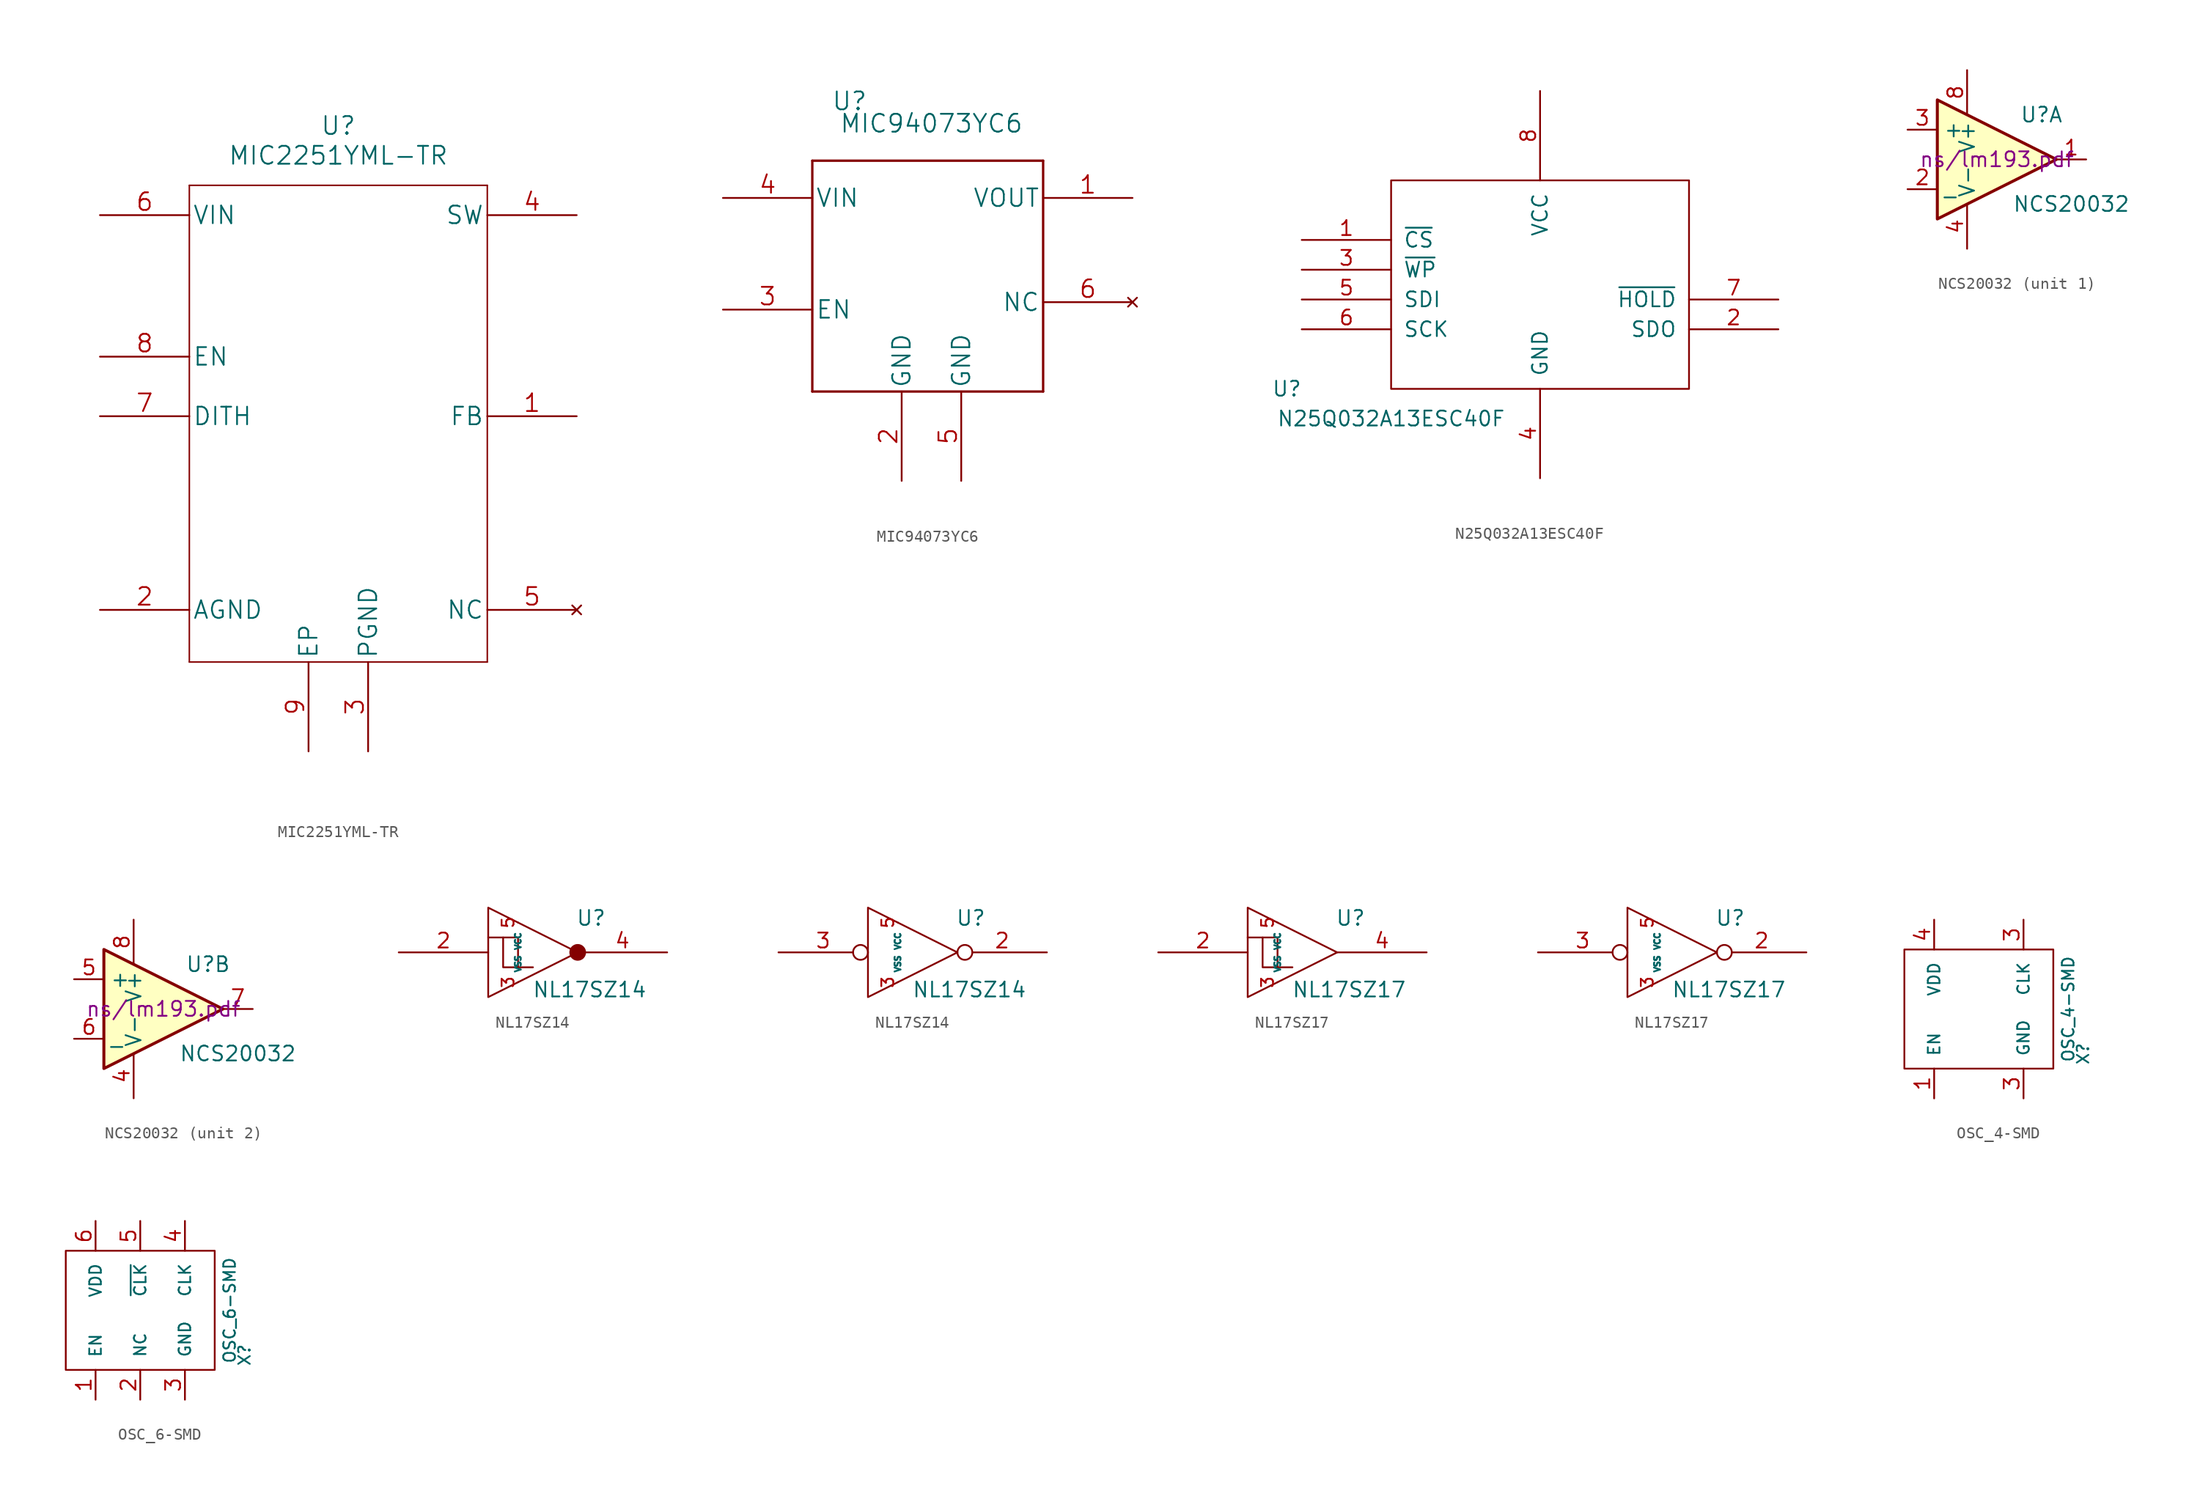
<source format=kicad_sym>
(kicad_symbol_lib
  (version 20211014)
  (generator kicad_symbol_editor)
  (symbol "MIC2251YML-TR"
    (pin_names
      (offset 0.254))
    (property "Reference" "U"
      (at 0 24.765 0)
      (effects (font (size 1.524 1.524))))
    (property "Value" "MIC2251YML-TR"
      (at 0 22.225 0)
      (effects (font (size 1.524 1.524))))
    (property "Datasheet" ""
      (at -20.32 14.605 0)
      (effects (font (size 1.524 1.524))))
    (property "ki_locked" ""
      (at 0 0 0)
      (effects (font (size 1.27 1.27))))
    (symbol "MIC2251YML-TR_1_1"
      (polyline (pts (xy -12.7 -20.955) (xy 12.7 -20.955)) (stroke (width 0.127) (type default) (color 0 0 0 0)) (fill (type none)))
      (polyline (pts (xy -12.7 19.685) (xy -12.7 -20.955)) (stroke (width 0.127) (type default) (color 0 0 0 0)) (fill (type none)))
      (polyline (pts (xy 12.7 -20.955) (xy 12.7 19.685)) (stroke (width 0.127) (type default) (color 0 0 0 0)) (fill (type none)))
      (polyline (pts (xy 12.7 19.685) (xy -12.7 19.685)) (stroke (width 0.127) (type default) (color 0 0 0 0)) (fill (type none)))
      (pin input line (at 20.32 0 180) (length 7.62) (name "FB" (effects (font (size 1.499 1.499)))) (number "1" (effects (font (size 1.499 1.499)))))
      (pin power_in line (at -20.32 -16.51 0) (length 7.62) (name "AGND" (effects (font (size 1.499 1.499)))) (number "2" (effects (font (size 1.499 1.499)))))
      (pin power_in line (at 2.54 -28.575 90) (length 7.62) (name "PGND" (effects (font (size 1.499 1.499)))) (number "3" (effects (font (size 1.499 1.499)))))
      (pin input line (at 20.32 17.145 180) (length 7.62) (name "SW" (effects (font (size 1.499 1.499)))) (number "4" (effects (font (size 1.499 1.499)))))
      (pin no_connect line (at 20.32 -16.51 180) (length 7.62) (name "NC" (effects (font (size 1.499 1.499)))) (number "5" (effects (font (size 1.499 1.499)))))
      (pin input line (at -20.32 17.145 0) (length 7.62) (name "VIN" (effects (font (size 1.499 1.499)))) (number "6" (effects (font (size 1.499 1.499)))))
      (pin input line (at -20.32 0 0) (length 7.62) (name "DITH" (effects (font (size 1.499 1.499)))) (number "7" (effects (font (size 1.499 1.499)))))
      (pin input line (at -20.32 5.08 0) (length 7.62) (name "EN" (effects (font (size 1.499 1.499)))) (number "8" (effects (font (size 1.499 1.499)))))
      (pin power_in line (at -2.54 -28.575 90) (length 7.62) (name "EP" (effects (font (size 1.499 1.499)))) (number "9" (effects (font (size 1.499 1.499)))))))
  (symbol "MIC94073YC6"
    (pin_names
      (offset 0.254))
    (property "Reference" "U"
      (at -6.35 14.605 0)
      (effects (font (size 1.524 1.524))))
    (property "Value" "MIC94073YC6"
      (at 0.635 12.7 0)
      (effects (font (size 1.524 1.524))))
    (property "Datasheet" ""
      (at -17.145 4.445 0)
      (effects (font (size 1.524 1.524))))
    (property "ki_locked" ""
      (at 0 0 0)
      (effects (font (size 1.27 1.27))))
    (symbol "MIC94073YC6_1_1"
      (polyline (pts (xy -9.525 -10.16) (xy 10.16 -10.16)) (stroke (width 0.203) (type default) (color 0 0 0 0)) (fill (type none)))
      (polyline (pts (xy -9.525 9.525) (xy -9.525 -10.16)) (stroke (width 0.203) (type default) (color 0 0 0 0)) (fill (type none)))
      (polyline (pts (xy 10.16 -10.16) (xy 10.16 9.525)) (stroke (width 0.203) (type default) (color 0 0 0 0)) (fill (type none)))
      (polyline (pts (xy 10.16 9.525) (xy -9.525 9.525)) (stroke (width 0.203) (type default) (color 0 0 0 0)) (fill (type none)))
      (pin output line (at 17.78 6.35 180) (length 7.62) (name "VOUT" (effects (font (size 1.499 1.499)))) (number "1" (effects (font (size 1.499 1.499)))))
      (pin power_in line (at -1.905 -17.78 90) (length 7.62) (name "GND" (effects (font (size 1.499 1.499)))) (number "2" (effects (font (size 1.499 1.499)))))
      (pin input line (at -17.145 -3.175 0) (length 7.62) (name "EN" (effects (font (size 1.499 1.499)))) (number "3" (effects (font (size 1.499 1.499)))))
      (pin input line (at -17.145 6.35 0) (length 7.62) (name "VIN" (effects (font (size 1.499 1.499)))) (number "4" (effects (font (size 1.499 1.499)))))
      (pin power_in line (at 3.175 -17.78 90) (length 7.62) (name "GND" (effects (font (size 1.499 1.499)))) (number "5" (effects (font (size 1.499 1.499)))))
      (pin no_connect line (at 17.78 -2.54 180) (length 7.62) (name "NC" (effects (font (size 1.499 1.499)))) (number "6" (effects (font (size 1.499 1.499)))))))
  (symbol "N25Q032A13ESC40F"
    (pin_names
      (offset 1.016))
    (property "Reference" "U"
      (at -21.59 -8.89 0)
      (effects (font (size 1.27 1.27))))
    (property "Value" "N25Q032A13ESC40F"
      (at -12.7 -11.43 0)
      (effects (font (size 1.27 1.27))))
    (symbol "N25Q032A13ESC40F_1_0"
      (rectangle (start -12.7 -8.89) (end 12.7 8.89) (stroke (width 0) (type default) (color 0 0 0 0)) (fill (type none))))
    (symbol "N25Q032A13ESC40F_1_1"
      (pin input line (at -20.32 3.81 0) (length 7.62) (name "~{CS}" (effects (font (size 1.27 1.27)))) (number "1" (effects (font (size 1.27 1.27)))))
      (pin input line (at 20.32 -3.81 180) (length 7.62) (name "SDO" (effects (font (size 1.27 1.27)))) (number "2" (effects (font (size 1.27 1.27)))))
      (pin input line (at -20.32 1.27 0) (length 7.62) (name "~{WP}" (effects (font (size 1.27 1.27)))) (number "3" (effects (font (size 1.27 1.27)))))
      (pin input line (at 0 -16.51 90) (length 7.62) (name "GND" (effects (font (size 1.27 1.27)))) (number "4" (effects (font (size 1.27 1.27)))))
      (pin input line (at -20.32 -1.27 0) (length 7.62) (name "SDI" (effects (font (size 1.27 1.27)))) (number "5" (effects (font (size 1.27 1.27)))))
      (pin input line (at -20.32 -3.81 0) (length 7.62) (name "SCK" (effects (font (size 1.27 1.27)))) (number "6" (effects (font (size 1.27 1.27)))))
      (pin input line (at 20.32 -1.27 180) (length 7.62) (name "~{HOLD}" (effects (font (size 1.27 1.27)))) (number "7" (effects (font (size 1.27 1.27)))))
      (pin input line (at 0 16.51 270) (length 7.62) (name "VCC" (effects (font (size 1.27 1.27)))) (number "8" (effects (font (size 1.27 1.27)))))))
  (symbol "NCS20032"
    (property "Reference" "U"
      (at 3.81 3.81 0)
      (effects (font (size 1.27 1.27))))
    (property "Value" "NCS20032"
      (at 6.35 -3.81 0)
      (effects (font (size 1.27 1.27))))
    (property "Footprint" ""
      (at 0 0 0)
      (effects (font (size 1.27 1.27))))
    (property "Datasheet" "ns/lm193.pdf"
      (at 0 0 0)
      (effects (font (size 1.27 1.27))))
    (symbol "NCS20032_0_1"
      (polyline (pts (xy -5.08 5.08) (xy 5.08 0) (xy -5.08 -5.08) (xy -5.08 5.08)) (stroke (width 0.254) (type default) (color 0 0 0 0)) (fill (type background))))
    (symbol "NCS20032_1_1"
      (pin open_collector line (at 7.62 0 180) (length 2.54) (name "~" (effects (font (size 1.27 1.27)))) (number "1" (effects (font (size 1.27 1.27)))))
      (pin input line (at -7.62 -2.54 0) (length 2.54) (name "_" (effects (font (size 1.27 1.27)))) (number "2" (effects (font (size 1.27 1.27)))))
      (pin input line (at -7.62 2.54 0) (length 2.54) (name "+" (effects (font (size 1.27 1.27)))) (number "3" (effects (font (size 1.27 1.27)))))
      (pin power_in line (at -2.54 -7.62 90) (length 3.81) (name "V-" (effects (font (size 1.27 1.27)))) (number "4" (effects (font (size 1.27 1.27)))))
      (pin power_in line (at -2.54 7.62 270) (length 3.81) (name "V+" (effects (font (size 1.27 1.27)))) (number "8" (effects (font (size 1.27 1.27))))))
    (symbol "NCS20032_2_1"
      (pin power_in line (at -2.54 -7.62 90) (length 3.81) (name "V-" (effects (font (size 1.27 1.27)))) (number "4" (effects (font (size 1.27 1.27)))))
      (pin input line (at -7.62 2.54 0) (length 2.54) (name "+" (effects (font (size 1.27 1.27)))) (number "5" (effects (font (size 1.27 1.27)))))
      (pin input line (at -7.62 -2.54 0) (length 2.54) (name "_" (effects (font (size 1.27 1.27)))) (number "6" (effects (font (size 1.27 1.27)))))
      (pin open_collector line (at 7.62 0 180) (length 2.54) (name "~" (effects (font (size 1.27 1.27)))) (number "7" (effects (font (size 1.27 1.27)))))
      (pin power_in line (at -2.54 7.62 270) (length 3.81) (name "V+" (effects (font (size 1.27 1.27)))) (number "8" (effects (font (size 1.27 1.27)))))))
  (symbol "NL17SZ14"
    (pin_names
      (offset 0.762))
    (property "Reference" "U"
      (at 4.953 2.921 0)
      (effects (font (size 1.27 1.27))))
    (property "Value" "NL17SZ14"
      (at 4.826 -3.175 0)
      (effects (font (size 1.27 1.27))))
    (symbol "NL17SZ14_0_0"
      (polyline (pts (xy -3.81 3.81) (xy -3.81 -3.81) (xy 3.81 0) (xy -3.81 3.81)) (stroke (width 0) (type default) (color 0 0 0 0)) (fill (type none)))
      (pin power_in line (at -1.27 -2.54 90) (length 0) (name "VSS" (effects (font (size 0.508 0.508)))) (number "3" (effects (font (size 1.016 1.016)))))
      (pin power_in line (at -1.27 2.54 270) (length 0) (name "VCC" (effects (font (size 0.508 0.508)))) (number "5" (effects (font (size 1.016 1.016))))))
    (symbol "NL17SZ14_0_1"
      (polyline (pts (xy -2.54 1.27) (xy -1.27 1.27) (xy -1.27 -1.27) (xy 0 -1.27)) (stroke (width 0) (type default) (color 0 0 0 0)) (fill (type none)))
      (polyline (pts (xy -1.27 -1.27) (xy -2.54 -1.27) (xy -2.54 1.27) (xy -3.81 1.27)) (stroke (width 0) (type default) (color 0 0 0 0)) (fill (type none)))
      (circle (center 3.81 0) (radius 0.635) (stroke (width 0) (type default) (color 0 0 0 0)) (fill (type outline))))
    (symbol "NL17SZ14_1_1"
      (pin input line (at -11.43 0 0) (length 7.62) (name "~" (effects (font (size 1.27 1.27)))) (number "2" (effects (font (size 1.27 1.27)))))
      (pin output line (at 11.43 0 180) (length 7.62) (name "~" (effects (font (size 1.27 1.27)))) (number "4" (effects (font (size 1.27 1.27))))))
    (symbol "NL17SZ14_1_2"
      (pin output inverted (at 11.43 0 180) (length 7.62) (name "~" (effects (font (size 1.27 1.27)))) (number "2" (effects (font (size 1.27 1.27)))))
      (pin input inverted (at -11.43 0 0) (length 7.62) (name "~" (effects (font (size 1.27 1.27)))) (number "3" (effects (font (size 1.27 1.27)))))))
  (symbol "NL17SZ17"
    (pin_names
      (offset 0.762))
    (property "Reference" "U"
      (at 4.953 2.921 0)
      (effects (font (size 1.27 1.27))))
    (property "Value" "NL17SZ17"
      (at 4.826 -3.175 0)
      (effects (font (size 1.27 1.27))))
    (symbol "NL17SZ17_0_0"
      (polyline (pts (xy -3.81 3.81) (xy -3.81 -3.81) (xy 3.81 0) (xy -3.81 3.81)) (stroke (width 0) (type default) (color 0 0 0 0)) (fill (type none)))
      (pin power_in line (at -1.27 -2.54 90) (length 0) (name "VSS" (effects (font (size 0.508 0.508)))) (number "3" (effects (font (size 1.016 1.016)))))
      (pin power_in line (at -1.27 2.54 270) (length 0) (name "VCC" (effects (font (size 0.508 0.508)))) (number "5" (effects (font (size 1.016 1.016))))))
    (symbol "NL17SZ17_0_1"
      (polyline (pts (xy -2.54 1.27) (xy -1.27 1.27) (xy -1.27 -1.27) (xy 0 -1.27)) (stroke (width 0) (type default) (color 0 0 0 0)) (fill (type none)))
      (polyline (pts (xy -1.27 -1.27) (xy -2.54 -1.27) (xy -2.54 1.27) (xy -3.81 1.27)) (stroke (width 0) (type default) (color 0 0 0 0)) (fill (type none))))
    (symbol "NL17SZ17_1_1"
      (pin input line (at -11.43 0 0) (length 7.62) (name "~" (effects (font (size 1.27 1.27)))) (number "2" (effects (font (size 1.27 1.27)))))
      (pin output line (at 11.43 0 180) (length 7.62) (name "~" (effects (font (size 1.27 1.27)))) (number "4" (effects (font (size 1.27 1.27))))))
    (symbol "NL17SZ17_1_2"
      (pin output inverted (at 11.43 0 180) (length 7.62) (name "~" (effects (font (size 1.27 1.27)))) (number "2" (effects (font (size 1.27 1.27)))))
      (pin input inverted (at -11.43 0 0) (length 7.62) (name "~" (effects (font (size 1.27 1.27)))) (number "3" (effects (font (size 1.27 1.27)))))))
  (symbol "OSC_4-SMD"
    (pin_names
      (offset 1.016))
    (property "Reference" "X"
      (at 8.89 -3.81 90)
      (effects (font (size 0.991 0.991))))
    (property "Value" "OSC_4-SMD"
      (at 7.62 0 90)
      (effects (font (size 0.991 0.991))))
    (symbol "OSC_4-SMD_0_1"
      (rectangle (start -6.35 5.08) (end 6.35 -5.08) (stroke (width 0) (type default) (color 0 0 0 0)) (fill (type none))))
    (symbol "OSC_4-SMD_1_1"
      (pin input line (at -3.81 -7.62 90) (length 2.54) (name "EN" (effects (font (size 0.991 0.991)))) (number "1" (effects (font (size 1.27 1.27)))))
      (pin input line (at 3.81 7.62 270) (length 2.54) (name "CLK" (effects (font (size 0.991 0.991)))) (number "3" (effects (font (size 1.27 1.27)))))
      (pin input line (at 3.81 -7.62 90) (length 2.54) (name "GND" (effects (font (size 0.991 0.991)))) (number "3" (effects (font (size 1.27 1.27)))))
      (pin input line (at -3.81 7.62 270) (length 2.54) (name "VDD" (effects (font (size 0.991 0.991)))) (number "4" (effects (font (size 1.27 1.27)))))))
  (symbol "OSC_6-SMD"
    (pin_names
      (offset 1.016))
    (property "Reference" "X"
      (at 8.89 -3.81 90)
      (effects (font (size 0.991 0.991))))
    (property "Value" "OSC_6-SMD"
      (at 7.62 0 90)
      (effects (font (size 0.991 0.991))))
    (symbol "OSC_6-SMD_0_1"
      (rectangle (start -6.35 5.08) (end 6.35 -5.08) (stroke (width 0) (type default) (color 0 0 0 0)) (fill (type none))))
    (symbol "OSC_6-SMD_1_1"
      (pin input line (at -3.81 -7.62 90) (length 2.54) (name "EN" (effects (font (size 0.991 0.991)))) (number "1" (effects (font (size 1.27 1.27)))))
      (pin input line (at 0 -7.62 90) (length 2.54) (name "NC" (effects (font (size 0.991 0.991)))) (number "2" (effects (font (size 1.27 1.27)))))
      (pin input line (at 3.81 -7.62 90) (length 2.54) (name "GND" (effects (font (size 0.991 0.991)))) (number "3" (effects (font (size 1.27 1.27)))))
      (pin input line (at 3.81 7.62 270) (length 2.54) (name "CLK" (effects (font (size 0.991 0.991)))) (number "4" (effects (font (size 1.27 1.27)))))
      (pin input line (at 0 7.62 270) (length 2.54) (name "~{CLK}" (effects (font (size 0.991 0.991)))) (number "5" (effects (font (size 1.27 1.27)))))
      (pin input line (at -3.81 7.62 270) (length 2.54) (name "VDD" (effects (font (size 0.991 0.991)))) (number "6" (effects (font (size 1.27 1.27))))))))
</source>
